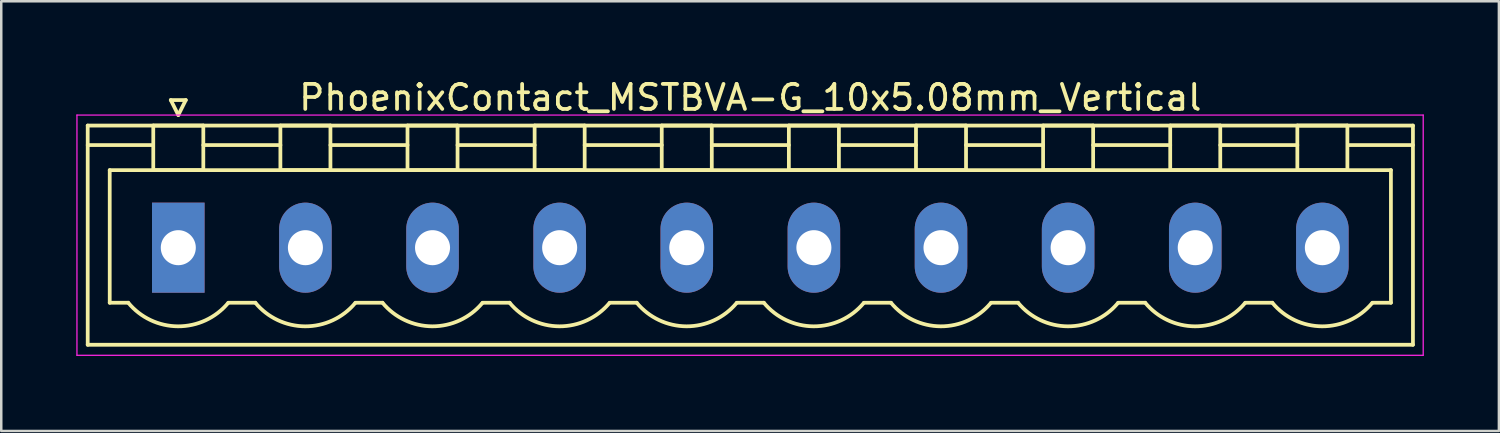
<source format=kicad_pcb>
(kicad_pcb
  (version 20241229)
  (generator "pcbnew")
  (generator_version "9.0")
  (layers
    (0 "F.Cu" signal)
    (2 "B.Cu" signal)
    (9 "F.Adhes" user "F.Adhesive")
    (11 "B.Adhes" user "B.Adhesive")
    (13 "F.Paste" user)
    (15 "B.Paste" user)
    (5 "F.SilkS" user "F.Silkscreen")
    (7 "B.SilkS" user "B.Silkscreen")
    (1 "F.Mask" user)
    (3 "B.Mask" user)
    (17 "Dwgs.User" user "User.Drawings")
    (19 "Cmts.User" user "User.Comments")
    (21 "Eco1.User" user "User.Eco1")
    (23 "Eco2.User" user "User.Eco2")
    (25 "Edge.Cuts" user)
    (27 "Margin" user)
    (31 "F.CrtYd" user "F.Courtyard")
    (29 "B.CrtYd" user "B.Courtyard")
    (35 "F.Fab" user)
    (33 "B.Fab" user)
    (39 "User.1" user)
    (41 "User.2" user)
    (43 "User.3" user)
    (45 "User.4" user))
  (footprint "PhoenixContact_MSTBVA-G_10x5.08mm_Vertical"
    (layer "F.Cu")
    (at 4.075 6.848)
    (property "Reference" "PhoenixContact_MSTBVA-G_10x5.08mm_Vertical" (at 22.86 -6 0) (layer "F.SilkS") (effects (font (size 1 1) (thickness 0.15))))
    (attr through_hole)
    (fp_line (start -3.62 -4.88) (end -3.62 3.88) (stroke (width 0.15) (type solid)) (layer "F.SilkS"))
    (fp_line (start -3.62 -4.1) (end -1.08 -4.1) (stroke (width 0.15) (type solid)) (layer "F.SilkS"))
    (fp_line (start -3.62 3.88) (end 49.34 3.88) (stroke (width 0.15) (type solid)) (layer "F.SilkS"))
    (fp_line (start -2.74 -3.1) (end 48.46 -3.1) (stroke (width 0.15) (type solid)) (layer "F.SilkS"))
    (fp_line (start -2.74 2.2) (end -2.74 -3.1) (stroke (width 0.15) (type solid)) (layer "F.SilkS"))
    (fp_line (start -2 2.2) (end -2.74 2.2) (stroke (width 0.15) (type solid)) (layer "F.SilkS"))
    (fp_line (start -1 -4.88) (end 1 -4.88) (stroke (width 0.15) (type solid)) (layer "F.SilkS"))
    (fp_line (start -1 -3.1) (end -1 -4.88) (stroke (width 0.15) (type solid)) (layer "F.SilkS"))
    (fp_line (start -0.3 -5.9) (end 0 -5.3) (stroke (width 0.15) (type solid)) (layer "F.SilkS"))
    (fp_line (start 0 -5.3) (end 0.3 -5.9) (stroke (width 0.15) (type solid)) (layer "F.SilkS"))
    (fp_line (start 0.3 -5.9) (end -0.3 -5.9) (stroke (width 0.15) (type solid)) (layer "F.SilkS"))
    (fp_line (start 1 -4.88) (end 1 -3.1) (stroke (width 0.15) (type solid)) (layer "F.SilkS"))
    (fp_line (start 1 -4.1) (end 4.08 -4.1) (stroke (width 0.15) (type solid)) (layer "F.SilkS"))
    (fp_line (start 1 -3.1) (end -1 -3.1) (stroke (width 0.15) (type solid)) (layer "F.SilkS"))
    (fp_line (start 2 2.2) (end 3.08 2.2) (stroke (width 0.15) (type solid)) (layer "F.SilkS"))
    (fp_line (start 4.08 -4.88) (end 6.08 -4.88) (stroke (width 0.15) (type solid)) (layer "F.SilkS"))
    (fp_line (start 4.08 -3.1) (end 4.08 -4.88) (stroke (width 0.15) (type solid)) (layer "F.SilkS"))
    (fp_line (start 6.08 -4.88) (end 6.08 -3.1) (stroke (width 0.15) (type solid)) (layer "F.SilkS"))
    (fp_line (start 6.08 -4.1) (end 9.16 -4.1) (stroke (width 0.15) (type solid)) (layer "F.SilkS"))
    (fp_line (start 6.08 -3.1) (end 4.08 -3.1) (stroke (width 0.15) (type solid)) (layer "F.SilkS"))
    (fp_line (start 7.08 2.2) (end 8.16 2.2) (stroke (width 0.15) (type solid)) (layer "F.SilkS"))
    (fp_line (start 9.16 -4.88) (end 11.16 -4.88) (stroke (width 0.15) (type solid)) (layer "F.SilkS"))
    (fp_line (start 9.16 -3.1) (end 9.16 -4.88) (stroke (width 0.15) (type solid)) (layer "F.SilkS"))
    (fp_line (start 11.16 -4.88) (end 11.16 -3.1) (stroke (width 0.15) (type solid)) (layer "F.SilkS"))
    (fp_line (start 11.16 -4.1) (end 14.24 -4.1) (stroke (width 0.15) (type solid)) (layer "F.SilkS"))
    (fp_line (start 11.16 -3.1) (end 9.16 -3.1) (stroke (width 0.15) (type solid)) (layer "F.SilkS"))
    (fp_line (start 12.16 2.2) (end 13.24 2.2) (stroke (width 0.15) (type solid)) (layer "F.SilkS"))
    (fp_line (start 14.24 -4.88) (end 16.24 -4.88) (stroke (width 0.15) (type solid)) (layer "F.SilkS"))
    (fp_line (start 14.24 -3.1) (end 14.24 -4.88) (stroke (width 0.15) (type solid)) (layer "F.SilkS"))
    (fp_line (start 16.24 -4.88) (end 16.24 -3.1) (stroke (width 0.15) (type solid)) (layer "F.SilkS"))
    (fp_line (start 16.24 -4.1) (end 19.32 -4.1) (stroke (width 0.15) (type solid)) (layer "F.SilkS"))
    (fp_line (start 16.24 -3.1) (end 14.24 -3.1) (stroke (width 0.15) (type solid)) (layer "F.SilkS"))
    (fp_line (start 17.24 2.2) (end 18.32 2.2) (stroke (width 0.15) (type solid)) (layer "F.SilkS"))
    (fp_line (start 19.32 -4.88) (end 21.32 -4.88) (stroke (width 0.15) (type solid)) (layer "F.SilkS"))
    (fp_line (start 19.32 -3.1) (end 19.32 -4.88) (stroke (width 0.15) (type solid)) (layer "F.SilkS"))
    (fp_line (start 21.32 -4.88) (end 21.32 -3.1) (stroke (width 0.15) (type solid)) (layer "F.SilkS"))
    (fp_line (start 21.32 -4.1) (end 24.4 -4.1) (stroke (width 0.15) (type solid)) (layer "F.SilkS"))
    (fp_line (start 21.32 -3.1) (end 19.32 -3.1) (stroke (width 0.15) (type solid)) (layer "F.SilkS"))
    (fp_line (start 22.32 2.2) (end 23.4 2.2) (stroke (width 0.15) (type solid)) (layer "F.SilkS"))
    (fp_line (start 24.4 -4.88) (end 26.4 -4.88) (stroke (width 0.15) (type solid)) (layer "F.SilkS"))
    (fp_line (start 24.4 -3.1) (end 24.4 -4.88) (stroke (width 0.15) (type solid)) (layer "F.SilkS"))
    (fp_line (start 26.4 -4.88) (end 26.4 -3.1) (stroke (width 0.15) (type solid)) (layer "F.SilkS"))
    (fp_line (start 26.4 -4.1) (end 29.48 -4.1) (stroke (width 0.15) (type solid)) (layer "F.SilkS"))
    (fp_line (start 26.4 -3.1) (end 24.4 -3.1) (stroke (width 0.15) (type solid)) (layer "F.SilkS"))
    (fp_line (start 27.4 2.2) (end 28.48 2.2) (stroke (width 0.15) (type solid)) (layer "F.SilkS"))
    (fp_line (start 29.48 -4.88) (end 31.48 -4.88) (stroke (width 0.15) (type solid)) (layer "F.SilkS"))
    (fp_line (start 29.48 -3.1) (end 29.48 -4.88) (stroke (width 0.15) (type solid)) (layer "F.SilkS"))
    (fp_line (start 31.48 -4.88) (end 31.48 -3.1) (stroke (width 0.15) (type solid)) (layer "F.SilkS"))
    (fp_line (start 31.48 -4.1) (end 34.56 -4.1) (stroke (width 0.15) (type solid)) (layer "F.SilkS"))
    (fp_line (start 31.48 -3.1) (end 29.48 -3.1) (stroke (width 0.15) (type solid)) (layer "F.SilkS"))
    (fp_line (start 32.48 2.2) (end 33.56 2.2) (stroke (width 0.15) (type solid)) (layer "F.SilkS"))
    (fp_line (start 34.56 -4.88) (end 36.56 -4.88) (stroke (width 0.15) (type solid)) (layer "F.SilkS"))
    (fp_line (start 34.56 -3.1) (end 34.56 -4.88) (stroke (width 0.15) (type solid)) (layer "F.SilkS"))
    (fp_line (start 36.56 -4.88) (end 36.56 -3.1) (stroke (width 0.15) (type solid)) (layer "F.SilkS"))
    (fp_line (start 36.56 -4.1) (end 39.64 -4.1) (stroke (width 0.15) (type solid)) (layer "F.SilkS"))
    (fp_line (start 36.56 -3.1) (end 34.56 -3.1) (stroke (width 0.15) (type solid)) (layer "F.SilkS"))
    (fp_line (start 37.56 2.2) (end 38.64 2.2) (stroke (width 0.15) (type solid)) (layer "F.SilkS"))
    (fp_line (start 39.64 -4.88) (end 41.64 -4.88) (stroke (width 0.15) (type solid)) (layer "F.SilkS"))
    (fp_line (start 39.64 -3.1) (end 39.64 -4.88) (stroke (width 0.15) (type solid)) (layer "F.SilkS"))
    (fp_line (start 41.64 -4.88) (end 41.64 -3.1) (stroke (width 0.15) (type solid)) (layer "F.SilkS"))
    (fp_line (start 41.64 -4.1) (end 44.72 -4.1) (stroke (width 0.15) (type solid)) (layer "F.SilkS"))
    (fp_line (start 41.64 -3.1) (end 39.64 -3.1) (stroke (width 0.15) (type solid)) (layer "F.SilkS"))
    (fp_line (start 42.64 2.2) (end 43.72 2.2) (stroke (width 0.15) (type solid)) (layer "F.SilkS"))
    (fp_line (start 44.72 -4.88) (end 46.72 -4.88) (stroke (width 0.15) (type solid)) (layer "F.SilkS"))
    (fp_line (start 44.72 -3.1) (end 44.72 -4.88) (stroke (width 0.15) (type solid)) (layer "F.SilkS"))
    (fp_line (start 46.72 -4.88) (end 46.72 -3.1) (stroke (width 0.15) (type solid)) (layer "F.SilkS"))
    (fp_line (start 46.72 -3.1) (end 44.72 -3.1) (stroke (width 0.15) (type solid)) (layer "F.SilkS"))
    (fp_line (start 48.46 -3.1) (end 48.46 2.2) (stroke (width 0.15) (type solid)) (layer "F.SilkS"))
    (fp_line (start 48.46 2.2) (end 47.72 2.2) (stroke (width 0.15) (type solid)) (layer "F.SilkS"))
    (fp_line (start 49.34 -4.88) (end -3.62 -4.88) (stroke (width 0.15) (type solid)) (layer "F.SilkS"))
    (fp_line (start 49.34 -4.1) (end 46.8 -4.1) (stroke (width 0.15) (type solid)) (layer "F.SilkS"))
    (fp_line (start 49.34 3.88) (end 49.34 -4.88) (stroke (width 0.15) (type solid)) (layer "F.SilkS"))
    (fp_arc (start 1.986842 2.215821) (mid -0.010289 3.142758) (end -2 2.2) (stroke (width 0.15) (type solid)) (layer "F.SilkS"))
    (fp_arc (start 7.066842 2.215821) (mid 5.069711 3.142758) (end 3.08 2.2) (stroke (width 0.15) (type solid)) (layer "F.SilkS"))
    (fp_arc (start 12.146842 2.215821) (mid 10.149711 3.142758) (end 8.16 2.2) (stroke (width 0.15) (type solid)) (layer "F.SilkS"))
    (fp_arc (start 17.226842 2.215821) (mid 15.229711 3.142758) (end 13.24 2.2) (stroke (width 0.15) (type solid)) (layer "F.SilkS"))
    (fp_arc (start 22.306842 2.215821) (mid 20.309711 3.142758) (end 18.32 2.2) (stroke (width 0.15) (type solid)) (layer "F.SilkS"))
    (fp_arc (start 27.386842 2.215821) (mid 25.389711 3.142758) (end 23.4 2.2) (stroke (width 0.15) (type solid)) (layer "F.SilkS"))
    (fp_arc (start 32.466842 2.215821) (mid 30.469711 3.142758) (end 28.48 2.2) (stroke (width 0.15) (type solid)) (layer "F.SilkS"))
    (fp_arc (start 37.546842 2.215821) (mid 35.549711 3.142758) (end 33.56 2.2) (stroke (width 0.15) (type solid)) (layer "F.SilkS"))
    (fp_arc (start 42.626842 2.215821) (mid 40.629711 3.142758) (end 38.64 2.2) (stroke (width 0.15) (type solid)) (layer "F.SilkS"))
    (fp_arc (start 47.706842 2.215821) (mid 45.709711 3.142758) (end 43.72 2.2) (stroke (width 0.15) (type solid)) (layer "F.SilkS"))
    (fp_line (start -4.05 -5.3) (end -4.05 4.3) (stroke (width 0.05) (type solid)) (layer "F.CrtYd"))
    (fp_line (start -4.05 4.3) (end 49.75 4.3) (stroke (width 0.05) (type solid)) (layer "F.CrtYd"))
    (fp_line (start 49.75 -5.3) (end -4.05 -5.3) (stroke (width 0.05) (type solid)) (layer "F.CrtYd"))
    (fp_line (start 49.75 4.3) (end 49.75 -5.3) (stroke (width 0.05) (type solid)) (layer "F.CrtYd"))
    (pad "1" thru_hole rect (at 0 0) (size 2.1 3.6) (drill 1.4) (layers "*.Cu" "*.Mask"))
    (pad "2" thru_hole oval (at 5.08 0) (size 2.1 3.6) (drill 1.4) (layers "*.Cu" "*.Mask"))
    (pad "3" thru_hole oval (at 10.16 0) (size 2.1 3.6) (drill 1.4) (layers "*.Cu" "*.Mask"))
    (pad "4" thru_hole oval (at 15.24 0) (size 2.1 3.6) (drill 1.4) (layers "*.Cu" "*.Mask"))
    (pad "5" thru_hole oval (at 20.32 0) (size 2.1 3.6) (drill 1.4) (layers "*.Cu" "*.Mask"))
    (pad "6" thru_hole oval (at 25.4 0) (size 2.1 3.6) (drill 1.4) (layers "*.Cu" "*.Mask"))
    (pad "7" thru_hole oval (at 30.48 0) (size 2.1 3.6) (drill 1.4) (layers "*.Cu" "*.Mask"))
    (pad "8" thru_hole oval (at 35.56 0) (size 2.1 3.6) (drill 1.4) (layers "*.Cu" "*.Mask"))
    (pad "9" thru_hole oval (at 40.64 0) (size 2.1 3.6) (drill 1.4) (layers "*.Cu" "*.Mask"))
    (pad "10" thru_hole oval (at 45.72 0) (size 2.1 3.6) (drill 1.4) (layers "*.Cu" "*.Mask")))
  (gr_rect
    (start -3 -3)
    (end 56.85 14.173)
    (stroke (width 0.1) (type default))
    (fill no)
    (layer "Edge.Cuts")))
</source>
